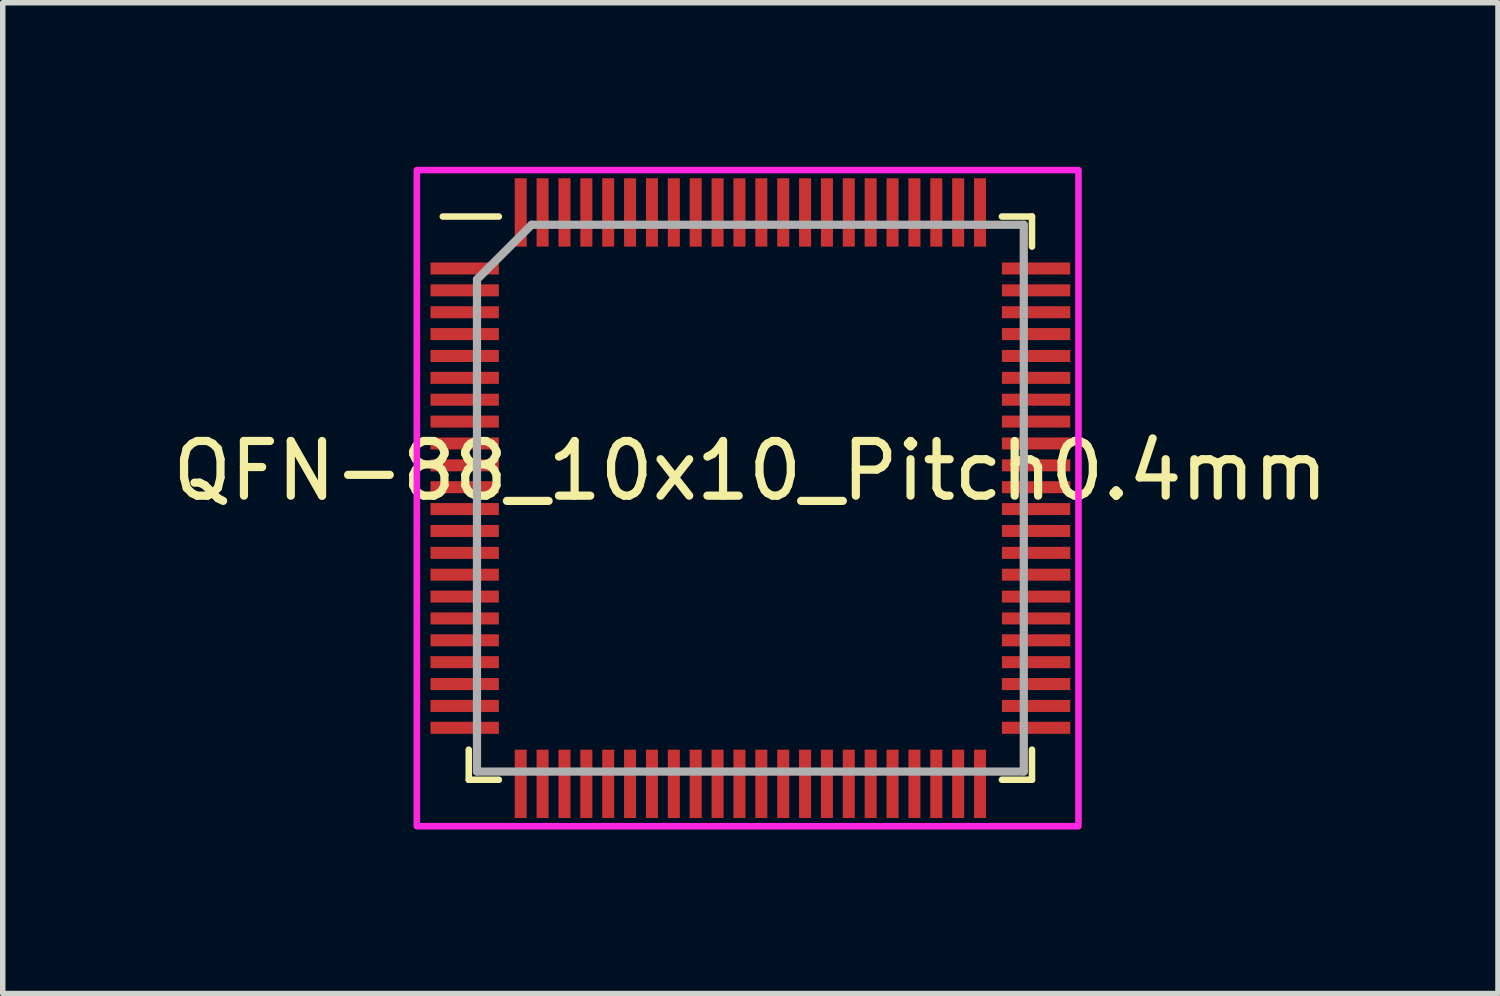
<source format=kicad_pcb>
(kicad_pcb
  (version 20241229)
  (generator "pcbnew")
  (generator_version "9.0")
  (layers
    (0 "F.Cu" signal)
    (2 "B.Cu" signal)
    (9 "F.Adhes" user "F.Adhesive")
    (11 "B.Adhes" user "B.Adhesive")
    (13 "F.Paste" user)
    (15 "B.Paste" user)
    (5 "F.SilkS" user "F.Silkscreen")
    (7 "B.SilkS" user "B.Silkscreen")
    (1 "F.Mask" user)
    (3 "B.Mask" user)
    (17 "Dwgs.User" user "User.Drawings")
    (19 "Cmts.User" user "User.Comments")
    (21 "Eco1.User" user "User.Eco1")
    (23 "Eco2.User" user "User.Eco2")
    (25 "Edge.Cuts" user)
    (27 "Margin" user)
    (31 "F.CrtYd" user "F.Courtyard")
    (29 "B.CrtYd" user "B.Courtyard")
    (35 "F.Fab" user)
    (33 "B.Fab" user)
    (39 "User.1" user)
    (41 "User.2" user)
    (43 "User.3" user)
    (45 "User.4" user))
  (footprint "QFN-88_10x10_Pitch0.4mm"
    (layer "F.Cu")
    (at 10.673 6.06)
    (property "Reference" "QFN-88_10x10_Pitch0.4mm" (at 0 -0.5 0) (layer "F.SilkS") (effects (font (size 1 1) (thickness 0.15))))
    (attr through_hole)
    (fp_line (start -5.15 5.15) (end -5.15 4.6) (stroke (width 0.12) (type solid)) (layer "F.SilkS"))
    (fp_line (start -4.6 -5.15) (end -5.625 -5.15) (stroke (width 0.12) (type solid)) (layer "F.SilkS"))
    (fp_line (start -4.6 5.15) (end -5.15 5.15) (stroke (width 0.12) (type solid)) (layer "F.SilkS"))
    (fp_line (start 4.6 -5.15) (end 5.15 -5.15) (stroke (width 0.12) (type solid)) (layer "F.SilkS"))
    (fp_line (start 4.6 5.15) (end 5.15 5.15) (stroke (width 0.12) (type solid)) (layer "F.SilkS"))
    (fp_line (start 5.15 -5.15) (end 5.15 -4.6) (stroke (width 0.12) (type solid)) (layer "F.SilkS"))
    (fp_line (start 5.15 5.15) (end 5.15 4.6) (stroke (width 0.12) (type solid)) (layer "F.SilkS"))
    (fp_rect (start -6.1 -6) (end 6 6) (stroke (width 0.12) (type solid)) (fill no) (layer "F.CrtYd"))
    (fp_line (start -5 -4) (end -5 5) (stroke (width 0.15) (type solid)) (layer "F.Fab"))
    (fp_line (start -5 5) (end 5 5) (stroke (width 0.15) (type solid)) (layer "F.Fab"))
    (fp_line (start -4 -5) (end -5 -4) (stroke (width 0.15) (type solid)) (layer "F.Fab"))
    (fp_line (start 5 -5) (end -4 -5) (stroke (width 0.15) (type solid)) (layer "F.Fab"))
    (fp_line (start 5 5) (end 5 -5) (stroke (width 0.15) (type solid)) (layer "F.Fab"))
    (pad "1" smd rect (at -5.225 -4.2 90) (size 0.22 1.25) (layers "F.Cu" "F.Mask" "F.Paste"))
    (pad "2" smd rect (at -5.225 -3.8 90) (size 0.22 1.25) (layers "F.Cu" "F.Mask" "F.Paste"))
    (pad "3" smd rect (at -5.225 -3.4 90) (size 0.22 1.25) (layers "F.Cu" "F.Mask" "F.Paste"))
    (pad "4" smd rect (at -5.225 -3 90) (size 0.22 1.25) (layers "F.Cu" "F.Mask" "F.Paste"))
    (pad "5" smd rect (at -5.225 -2.6 90) (size 0.22 1.25) (layers "F.Cu" "F.Mask" "F.Paste"))
    (pad "6" smd rect (at -5.225 -2.2 90) (size 0.22 1.25) (layers "F.Cu" "F.Mask" "F.Paste"))
    (pad "7" smd rect (at -5.225 -1.8 90) (size 0.22 1.25) (layers "F.Cu" "F.Mask" "F.Paste"))
    (pad "8" smd rect (at -5.225 -1.4 90) (size 0.22 1.25) (layers "F.Cu" "F.Mask" "F.Paste"))
    (pad "9" smd rect (at -5.225 -1 90) (size 0.22 1.25) (layers "F.Cu" "F.Mask" "F.Paste"))
    (pad "10" smd rect (at -5.225 -0.6 90) (size 0.22 1.25) (layers "F.Cu" "F.Mask" "F.Paste"))
    (pad "11" smd rect (at -5.225 -0.2 90) (size 0.22 1.25) (layers "F.Cu" "F.Mask" "F.Paste"))
    (pad "12" smd rect (at -5.225 0.2 90) (size 0.22 1.25) (layers "F.Cu" "F.Mask" "F.Paste"))
    (pad "13" smd rect (at -5.225 0.6 90) (size 0.22 1.25) (layers "F.Cu" "F.Mask" "F.Paste"))
    (pad "14" smd rect (at -5.225 1 90) (size 0.22 1.25) (layers "F.Cu" "F.Mask" "F.Paste"))
    (pad "15" smd rect (at -5.225 1.4 90) (size 0.22 1.25) (layers "F.Cu" "F.Mask" "F.Paste"))
    (pad "16" smd rect (at -5.225 1.8 90) (size 0.22 1.25) (layers "F.Cu" "F.Mask" "F.Paste"))
    (pad "17" smd rect (at -5.225 2.2 90) (size 0.22 1.25) (layers "F.Cu" "F.Mask" "F.Paste"))
    (pad "18" smd rect (at -5.225 2.6 90) (size 0.22 1.25) (layers "F.Cu" "F.Mask" "F.Paste"))
    (pad "19" smd rect (at -5.225 3 90) (size 0.22 1.25) (layers "F.Cu" "F.Mask" "F.Paste"))
    (pad "20" smd rect (at -5.225 3.4 90) (size 0.22 1.25) (layers "F.Cu" "F.Mask" "F.Paste"))
    (pad "21" smd rect (at -5.225 3.8 90) (size 0.22 1.25) (layers "F.Cu" "F.Mask" "F.Paste"))
    (pad "22" smd rect (at -5.225 4.2 90) (size 0.22 1.25) (layers "F.Cu" "F.Mask" "F.Paste"))
    (pad "23" smd rect (at -4.2 5.225) (size 0.22 1.25) (layers "F.Cu" "F.Mask" "F.Paste"))
    (pad "24" smd rect (at -3.8 5.225) (size 0.22 1.25) (layers "F.Cu" "F.Mask" "F.Paste"))
    (pad "25" smd rect (at -3.4 5.225) (size 0.22 1.25) (layers "F.Cu" "F.Mask" "F.Paste"))
    (pad "26" smd rect (at -3 5.225) (size 0.22 1.25) (layers "F.Cu" "F.Mask" "F.Paste"))
    (pad "27" smd rect (at -2.6 5.225) (size 0.22 1.25) (layers "F.Cu" "F.Mask" "F.Paste"))
    (pad "28" smd rect (at -2.2 5.225) (size 0.22 1.25) (layers "F.Cu" "F.Mask" "F.Paste"))
    (pad "29" smd rect (at -1.8 5.225) (size 0.22 1.25) (layers "F.Cu" "F.Mask" "F.Paste"))
    (pad "30" smd rect (at -1.4 5.225) (size 0.22 1.25) (layers "F.Cu" "F.Mask" "F.Paste"))
    (pad "31" smd rect (at -1 5.225) (size 0.22 1.25) (layers "F.Cu" "F.Mask" "F.Paste"))
    (pad "32" smd rect (at -0.6 5.225) (size 0.22 1.25) (layers "F.Cu" "F.Mask" "F.Paste"))
    (pad "33" smd rect (at -0.2 5.225) (size 0.22 1.25) (layers "F.Cu" "F.Mask" "F.Paste"))
    (pad "34" smd rect (at 0.2 5.225) (size 0.22 1.25) (layers "F.Cu" "F.Mask" "F.Paste"))
    (pad "35" smd rect (at 0.6 5.225) (size 0.22 1.25) (layers "F.Cu" "F.Mask" "F.Paste"))
    (pad "36" smd rect (at 1 5.225) (size 0.22 1.25) (layers "F.Cu" "F.Mask" "F.Paste"))
    (pad "37" smd rect (at 1.4 5.225) (size 0.22 1.25) (layers "F.Cu" "F.Mask" "F.Paste"))
    (pad "38" smd rect (at 1.8 5.225) (size 0.22 1.25) (layers "F.Cu" "F.Mask" "F.Paste"))
    (pad "39" smd rect (at 2.2 5.225) (size 0.22 1.25) (layers "F.Cu" "F.Mask" "F.Paste"))
    (pad "40" smd rect (at 2.6 5.225) (size 0.22 1.25) (layers "F.Cu" "F.Mask" "F.Paste"))
    (pad "41" smd rect (at 3 5.225) (size 0.22 1.25) (layers "F.Cu" "F.Mask" "F.Paste"))
    (pad "42" smd rect (at 3.4 5.225) (size 0.22 1.25) (layers "F.Cu" "F.Mask" "F.Paste"))
    (pad "43" smd rect (at 3.8 5.225) (size 0.22 1.25) (layers "F.Cu" "F.Mask" "F.Paste"))
    (pad "44" smd rect (at 4.2 5.225) (size 0.22 1.25) (layers "F.Cu" "F.Mask" "F.Paste"))
    (pad "45" smd rect (at 5.225 4.2 90) (size 0.22 1.25) (layers "F.Cu" "F.Mask" "F.Paste"))
    (pad "46" smd rect (at 5.225 3.8 90) (size 0.22 1.25) (layers "F.Cu" "F.Mask" "F.Paste"))
    (pad "47" smd rect (at 5.225 3.4 90) (size 0.22 1.25) (layers "F.Cu" "F.Mask" "F.Paste"))
    (pad "48" smd rect (at 5.225 3 90) (size 0.22 1.25) (layers "F.Cu" "F.Mask" "F.Paste"))
    (pad "49" smd rect (at 5.225 2.6 90) (size 0.22 1.25) (layers "F.Cu" "F.Mask" "F.Paste"))
    (pad "50" smd rect (at 5.225 2.2 90) (size 0.22 1.25) (layers "F.Cu" "F.Mask" "F.Paste"))
    (pad "51" smd rect (at 5.225 1.8 90) (size 0.22 1.25) (layers "F.Cu" "F.Mask" "F.Paste"))
    (pad "52" smd rect (at 5.225 1.4 90) (size 0.22 1.25) (layers "F.Cu" "F.Mask" "F.Paste"))
    (pad "53" smd rect (at 5.225 1 90) (size 0.22 1.25) (layers "F.Cu" "F.Mask" "F.Paste"))
    (pad "54" smd rect (at 5.225 0.6 90) (size 0.22 1.25) (layers "F.Cu" "F.Mask" "F.Paste"))
    (pad "55" smd rect (at 5.225 0.2 90) (size 0.22 1.25) (layers "F.Cu" "F.Mask" "F.Paste"))
    (pad "56" smd rect (at 5.225 -0.2 90) (size 0.22 1.25) (layers "F.Cu" "F.Mask" "F.Paste"))
    (pad "57" smd rect (at 5.225 -0.6 90) (size 0.22 1.25) (layers "F.Cu" "F.Mask" "F.Paste"))
    (pad "58" smd rect (at 5.225 -1 90) (size 0.22 1.25) (layers "F.Cu" "F.Mask" "F.Paste"))
    (pad "59" smd rect (at 5.225 -1.4 90) (size 0.22 1.25) (layers "F.Cu" "F.Mask" "F.Paste"))
    (pad "60" smd rect (at 5.225 -1.8 90) (size 0.22 1.25) (layers "F.Cu" "F.Mask" "F.Paste"))
    (pad "61" smd rect (at 5.225 -2.2 90) (size 0.22 1.25) (layers "F.Cu" "F.Mask" "F.Paste"))
    (pad "62" smd rect (at 5.225 -2.6 90) (size 0.22 1.25) (layers "F.Cu" "F.Mask" "F.Paste"))
    (pad "63" smd rect (at 5.225 -3 90) (size 0.22 1.25) (layers "F.Cu" "F.Mask" "F.Paste"))
    (pad "64" smd rect (at 5.225 -3.4 90) (size 0.22 1.25) (layers "F.Cu" "F.Mask" "F.Paste"))
    (pad "65" smd rect (at 5.225 -3.8 90) (size 0.22 1.25) (layers "F.Cu" "F.Mask" "F.Paste"))
    (pad "66" smd rect (at 5.225 -4.2 90) (size 0.22 1.25) (layers "F.Cu" "F.Mask" "F.Paste"))
    (pad "67" smd rect (at 4.2 -5.225) (size 0.22 1.25) (layers "F.Cu" "F.Mask" "F.Paste"))
    (pad "68" smd rect (at 3.8 -5.225) (size 0.22 1.25) (layers "F.Cu" "F.Mask" "F.Paste"))
    (pad "69" smd rect (at 3.4 -5.225) (size 0.22 1.25) (layers "F.Cu" "F.Mask" "F.Paste"))
    (pad "70" smd rect (at 3 -5.225) (size 0.22 1.25) (layers "F.Cu" "F.Mask" "F.Paste"))
    (pad "71" smd rect (at 2.6 -5.225) (size 0.22 1.25) (layers "F.Cu" "F.Mask" "F.Paste"))
    (pad "72" smd rect (at 2.2 -5.225) (size 0.22 1.25) (layers "F.Cu" "F.Mask" "F.Paste"))
    (pad "73" smd rect (at 1.8 -5.225) (size 0.22 1.25) (layers "F.Cu" "F.Mask" "F.Paste"))
    (pad "74" smd rect (at 1.4 -5.225) (size 0.22 1.25) (layers "F.Cu" "F.Mask" "F.Paste"))
    (pad "75" smd rect (at 1 -5.225) (size 0.22 1.25) (layers "F.Cu" "F.Mask" "F.Paste"))
    (pad "76" smd rect (at 0.6 -5.225) (size 0.22 1.25) (layers "F.Cu" "F.Mask" "F.Paste"))
    (pad "77" smd rect (at 0.2 -5.225) (size 0.22 1.25) (layers "F.Cu" "F.Mask" "F.Paste"))
    (pad "78" smd rect (at -0.2 -5.225) (size 0.22 1.25) (layers "F.Cu" "F.Mask" "F.Paste"))
    (pad "79" smd rect (at -0.6 -5.225) (size 0.22 1.25) (layers "F.Cu" "F.Mask" "F.Paste"))
    (pad "80" smd rect (at -1 -5.225) (size 0.22 1.25) (layers "F.Cu" "F.Mask" "F.Paste"))
    (pad "81" smd rect (at -1.4 -5.225) (size 0.22 1.25) (layers "F.Cu" "F.Mask" "F.Paste"))
    (pad "82" smd rect (at -1.8 -5.225) (size 0.22 1.25) (layers "F.Cu" "F.Mask" "F.Paste"))
    (pad "83" smd rect (at -2.2 -5.225) (size 0.22 1.25) (layers "F.Cu" "F.Mask" "F.Paste"))
    (pad "84" smd rect (at -2.6 -5.225) (size 0.22 1.25) (layers "F.Cu" "F.Mask" "F.Paste"))
    (pad "85" smd rect (at -3 -5.225) (size 0.22 1.25) (layers "F.Cu" "F.Mask" "F.Paste"))
    (pad "86" smd rect (at -3.4 -5.225) (size 0.22 1.25) (layers "F.Cu" "F.Mask" "F.Paste"))
    (pad "87" smd rect (at -3.8 -5.225) (size 0.22 1.25) (layers "F.Cu" "F.Mask" "F.Paste"))
    (pad "88" smd rect (at -4.2 -5.225) (size 0.22 1.25) (layers "F.Cu" "F.Mask" "F.Paste")))
  (gr_rect
    (start -3 -3)
    (end 24.345 15.12)
    (stroke (width 0.1) (type default))
    (fill no)
    (layer "Edge.Cuts")))
</source>
